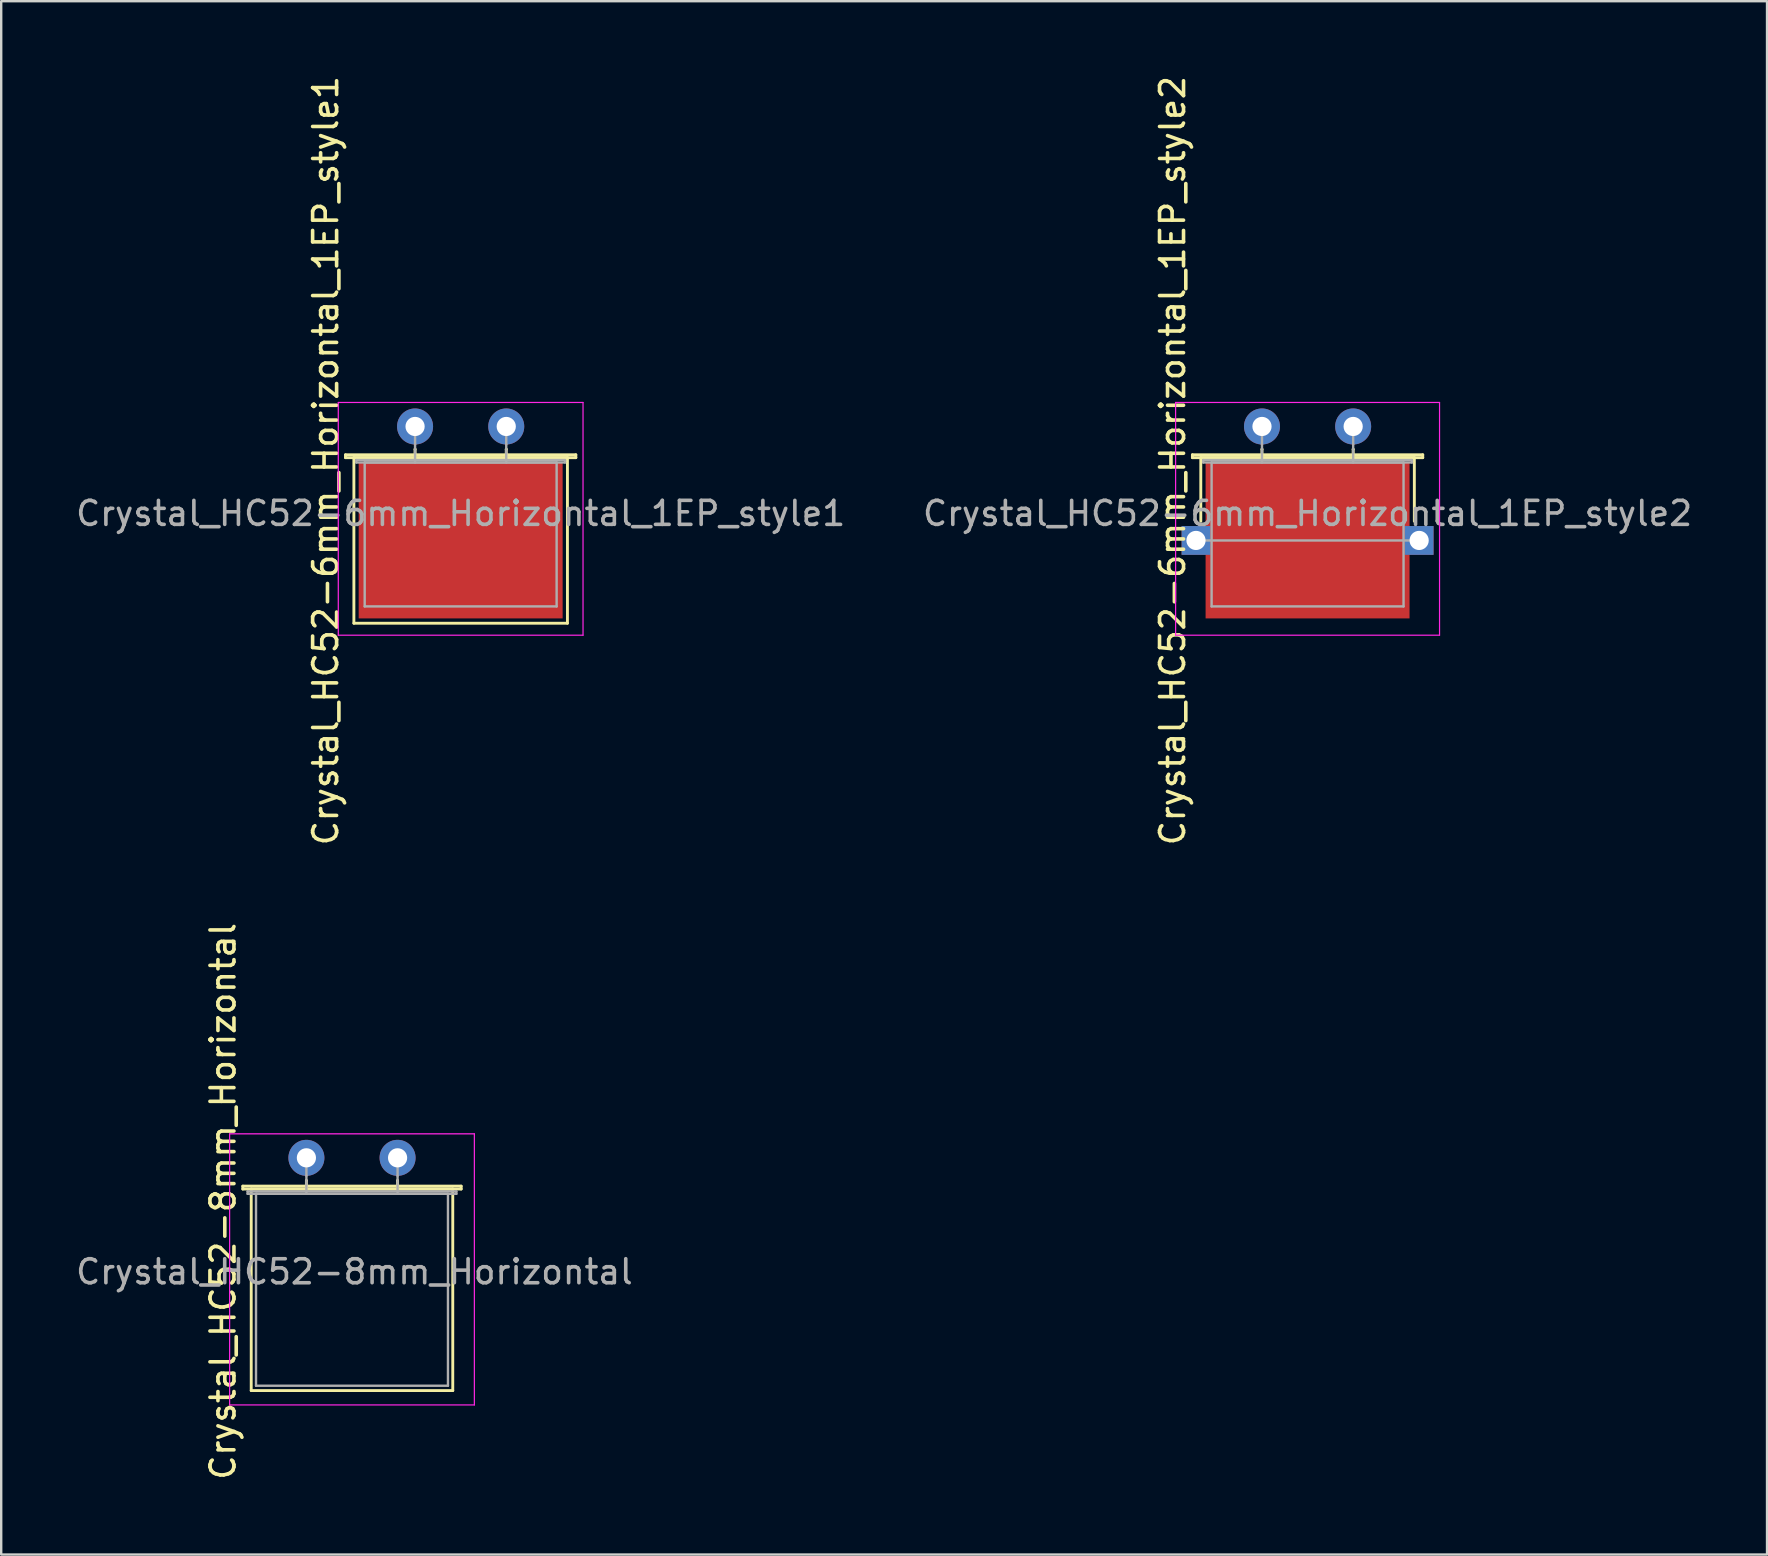
<source format=kicad_pcb>
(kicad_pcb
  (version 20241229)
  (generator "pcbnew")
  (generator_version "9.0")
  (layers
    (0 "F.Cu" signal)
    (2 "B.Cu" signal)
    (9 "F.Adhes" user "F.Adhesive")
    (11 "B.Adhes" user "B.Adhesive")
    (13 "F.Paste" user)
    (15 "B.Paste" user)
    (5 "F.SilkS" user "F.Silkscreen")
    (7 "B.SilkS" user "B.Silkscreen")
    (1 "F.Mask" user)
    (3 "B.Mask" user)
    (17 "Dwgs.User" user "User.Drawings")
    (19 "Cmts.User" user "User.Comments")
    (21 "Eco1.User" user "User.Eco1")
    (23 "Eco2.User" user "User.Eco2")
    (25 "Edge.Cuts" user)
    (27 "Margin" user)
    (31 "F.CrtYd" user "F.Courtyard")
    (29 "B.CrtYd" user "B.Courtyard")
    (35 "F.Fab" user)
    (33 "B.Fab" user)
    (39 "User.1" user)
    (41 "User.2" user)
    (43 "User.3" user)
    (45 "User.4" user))
  (footprint "Crystal_HC52-6mm_Horizontal_1EP_style1"
    (layer "F.Cu")
    (at 14.249 14.724)
    (property "Reference" "Crystal_HC52-6mm_Horizontal_1EP_style1" (at -3.725 1.425 90) (layer "F.SilkS") (effects (font (size 1 1) (thickness 0.15))))
    (attr through_hole)
    (fp_line (start -2.9 1.18) (end 6.7 1.18) (stroke (width 0.12) (type solid)) (layer "F.SilkS"))
    (fp_line (start -2.9 1.3) (end -2.9 1.18) (stroke (width 0.12) (type solid)) (layer "F.SilkS"))
    (fp_line (start -2.55 1.3) (end -2.55 8.2) (stroke (width 0.12) (type solid)) (layer "F.SilkS"))
    (fp_line (start -2.55 8.2) (end 6.35 8.2) (stroke (width 0.12) (type solid)) (layer "F.SilkS"))
    (fp_line (start 0 0.95) (end 0 0.95) (stroke (width 0.12) (type solid)) (layer "F.SilkS"))
    (fp_line (start 0 1.3) (end 0 0.95) (stroke (width 0.12) (type solid)) (layer "F.SilkS"))
    (fp_line (start 3.8 0.95) (end 3.8 0.95) (stroke (width 0.12) (type solid)) (layer "F.SilkS"))
    (fp_line (start 3.8 1.3) (end 3.8 0.95) (stroke (width 0.12) (type solid)) (layer "F.SilkS"))
    (fp_line (start 6.35 1.3) (end -2.55 1.3) (stroke (width 0.12) (type solid)) (layer "F.SilkS"))
    (fp_line (start 6.35 8.2) (end 6.35 1.3) (stroke (width 0.12) (type solid)) (layer "F.SilkS"))
    (fp_line (start 6.7 1.18) (end 6.7 1.3) (stroke (width 0.12) (type solid)) (layer "F.SilkS"))
    (fp_line (start 6.7 1.3) (end -2.9 1.3) (stroke (width 0.12) (type solid)) (layer "F.SilkS"))
    (fp_line (start -3.2 -1) (end -3.2 8.7) (stroke (width 0.05) (type solid)) (layer "F.CrtYd"))
    (fp_line (start -3.2 8.7) (end 7 8.7) (stroke (width 0.05) (type solid)) (layer "F.CrtYd"))
    (fp_line (start 7 -1) (end -3.2 -1) (stroke (width 0.05) (type solid)) (layer "F.CrtYd"))
    (fp_line (start 7 8.7) (end 7 -1) (stroke (width 0.05) (type solid)) (layer "F.CrtYd"))
    (fp_line (start -2.45 1.4) (end 6.25 1.4) (stroke (width 0.1) (type solid)) (layer "F.Fab"))
    (fp_line (start -2.45 1.5) (end -2.45 1.4) (stroke (width 0.1) (type solid)) (layer "F.Fab"))
    (fp_line (start -2.1 1.5) (end -2.1 7.5) (stroke (width 0.1) (type solid)) (layer "F.Fab"))
    (fp_line (start -2.1 7.5) (end 5.9 7.5) (stroke (width 0.1) (type solid)) (layer "F.Fab"))
    (fp_line (start 0 0.75) (end 0 0) (stroke (width 0.1) (type solid)) (layer "F.Fab"))
    (fp_line (start 0 1.5) (end 0 0.75) (stroke (width 0.1) (type solid)) (layer "F.Fab"))
    (fp_line (start 3.8 0.75) (end 3.8 0) (stroke (width 0.1) (type solid)) (layer "F.Fab"))
    (fp_line (start 3.8 1.5) (end 3.8 0.75) (stroke (width 0.1) (type solid)) (layer "F.Fab"))
    (fp_line (start 5.9 1.5) (end -2.1 1.5) (stroke (width 0.1) (type solid)) (layer "F.Fab"))
    (fp_line (start 5.9 7.5) (end 5.9 1.5) (stroke (width 0.1) (type solid)) (layer "F.Fab"))
    (fp_line (start 6.25 1.4) (end 6.25 1.5) (stroke (width 0.1) (type solid)) (layer "F.Fab"))
    (fp_line (start 6.25 1.5) (end -2.45 1.5) (stroke (width 0.1) (type solid)) (layer "F.Fab"))
    (fp_text user "${REFERENCE}" (at 1.9 3.625 0) (layer "F.Fab") (effects (font (size 1 1) (thickness 0.15))))
    (pad "1" thru_hole circle (at 0 0) (size 1.5 1.5) (drill 0.8) (layers "*.Cu" "*.Mask"))
    (pad "2" thru_hole circle (at 3.8 0) (size 1.5 1.5) (drill 0.8) (layers "*.Cu" "*.Mask"))
    (pad "3" smd rect (at 1.9 4.75) (size 8.5 6.5) (layers "F.Cu" "F.Mask" "F.Paste")))
  (footprint "Crystal_HC52-6mm_Horizontal_1EP_style2"
    (layer "F.Cu")
    (at 49.546 14.724)
    (property "Reference" "Crystal_HC52-6mm_Horizontal_1EP_style2" (at -3.725 1.425 90) (layer "F.SilkS") (effects (font (size 1 1) (thickness 0.15))))
    (attr through_hole)
    (fp_line (start -2.9 1.18) (end 6.7 1.18) (stroke (width 0.12) (type solid)) (layer "F.SilkS"))
    (fp_line (start -2.9 1.3) (end -2.9 1.18) (stroke (width 0.12) (type solid)) (layer "F.SilkS"))
    (fp_line (start -2.55 1.3) (end 6.35 1.3) (stroke (width 0.12) (type solid)) (layer "F.SilkS"))
    (fp_line (start -2.55 3.95) (end -2.55 1.3) (stroke (width 0.12) (type solid)) (layer "F.SilkS"))
    (fp_line (start 0 0.95) (end 0 0.95) (stroke (width 0.12) (type solid)) (layer "F.SilkS"))
    (fp_line (start 0 1.3) (end 0 0.95) (stroke (width 0.12) (type solid)) (layer "F.SilkS"))
    (fp_line (start 3.8 0.95) (end 3.8 0.95) (stroke (width 0.12) (type solid)) (layer "F.SilkS"))
    (fp_line (start 3.8 1.3) (end 3.8 0.95) (stroke (width 0.12) (type solid)) (layer "F.SilkS"))
    (fp_line (start 6.35 1.3) (end 6.35 3.95) (stroke (width 0.12) (type solid)) (layer "F.SilkS"))
    (fp_line (start 6.7 1.18) (end 6.7 1.3) (stroke (width 0.12) (type solid)) (layer "F.SilkS"))
    (fp_line (start 6.7 1.3) (end -2.9 1.3) (stroke (width 0.12) (type solid)) (layer "F.SilkS"))
    (fp_line (start -3.6 -1) (end -3.6 8.7) (stroke (width 0.05) (type solid)) (layer "F.CrtYd"))
    (fp_line (start -3.6 8.7) (end 7.4 8.7) (stroke (width 0.05) (type solid)) (layer "F.CrtYd"))
    (fp_line (start 7.4 -1) (end -3.6 -1) (stroke (width 0.05) (type solid)) (layer "F.CrtYd"))
    (fp_line (start 7.4 8.7) (end 7.4 -1) (stroke (width 0.05) (type solid)) (layer "F.CrtYd"))
    (fp_line (start -2.75 4.75) (end 6.55 4.75) (stroke (width 0.1) (type solid)) (layer "F.Fab"))
    (fp_line (start -2.45 1.4) (end 6.25 1.4) (stroke (width 0.1) (type solid)) (layer "F.Fab"))
    (fp_line (start -2.45 1.5) (end -2.45 1.4) (stroke (width 0.1) (type solid)) (layer "F.Fab"))
    (fp_line (start -2.1 1.5) (end -2.1 7.5) (stroke (width 0.1) (type solid)) (layer "F.Fab"))
    (fp_line (start -2.1 7.5) (end 5.9 7.5) (stroke (width 0.1) (type solid)) (layer "F.Fab"))
    (fp_line (start 0 0.75) (end 0 0) (stroke (width 0.1) (type solid)) (layer "F.Fab"))
    (fp_line (start 0 1.5) (end 0 0.75) (stroke (width 0.1) (type solid)) (layer "F.Fab"))
    (fp_line (start 3.8 0.75) (end 3.8 0) (stroke (width 0.1) (type solid)) (layer "F.Fab"))
    (fp_line (start 3.8 1.5) (end 3.8 0.75) (stroke (width 0.1) (type solid)) (layer "F.Fab"))
    (fp_line (start 5.9 1.5) (end -2.1 1.5) (stroke (width 0.1) (type solid)) (layer "F.Fab"))
    (fp_line (start 5.9 7.5) (end 5.9 1.5) (stroke (width 0.1) (type solid)) (layer "F.Fab"))
    (fp_line (start 6.25 1.4) (end 6.25 1.5) (stroke (width 0.1) (type solid)) (layer "F.Fab"))
    (fp_line (start 6.25 1.5) (end -2.45 1.5) (stroke (width 0.1) (type solid)) (layer "F.Fab"))
    (fp_text user "${REFERENCE}" (at 1.9 3.625 0) (layer "F.Fab") (effects (font (size 1 1) (thickness 0.15))))
    (pad "1" thru_hole circle (at 0 0) (size 1.5 1.5) (drill 0.8) (layers "*.Cu" "*.Mask"))
    (pad "2" thru_hole circle (at 3.8 0) (size 1.5 1.5) (drill 0.8) (layers "*.Cu" "*.Mask"))
    (pad "3" thru_hole rect (at -2.75 4.75) (size 1.2 1.2) (drill 0.8) (layers "*.Cu" "*.Mask"))
    (pad "3" smd rect (at 1.9 4.75) (size 8.5 6.5) (layers "F.Cu" "F.Mask" "F.Paste"))
    (pad "3" thru_hole rect (at 6.55 4.75) (size 1.2 1.2) (drill 0.8) (layers "*.Cu" "*.Mask")))
  (footprint "Crystal_HC52-8mm_Horizontal"
    (layer "F.Cu")
    (at 9.72 45.205)
    (property "Reference" "Crystal_HC52-8mm_Horizontal" (at -3.475 1.812 90) (layer "F.SilkS") (effects (font (size 1 1) (thickness 0.15))))
    (attr through_hole)
    (fp_line (start -2.65 1.18) (end 6.45 1.18) (stroke (width 0.12) (type solid)) (layer "F.SilkS"))
    (fp_line (start -2.65 1.3) (end -2.65 1.18) (stroke (width 0.12) (type solid)) (layer "F.SilkS"))
    (fp_line (start -2.3 1.3) (end -2.3 9.7) (stroke (width 0.12) (type solid)) (layer "F.SilkS"))
    (fp_line (start -2.3 9.7) (end 6.1 9.7) (stroke (width 0.12) (type solid)) (layer "F.SilkS"))
    (fp_line (start 0 0.95) (end 0 0.95) (stroke (width 0.12) (type solid)) (layer "F.SilkS"))
    (fp_line (start 0 1.3) (end 0 0.95) (stroke (width 0.12) (type solid)) (layer "F.SilkS"))
    (fp_line (start 3.8 0.95) (end 3.8 0.95) (stroke (width 0.12) (type solid)) (layer "F.SilkS"))
    (fp_line (start 3.8 1.3) (end 3.8 0.95) (stroke (width 0.12) (type solid)) (layer "F.SilkS"))
    (fp_line (start 6.1 1.3) (end -2.3 1.3) (stroke (width 0.12) (type solid)) (layer "F.SilkS"))
    (fp_line (start 6.1 9.7) (end 6.1 1.3) (stroke (width 0.12) (type solid)) (layer "F.SilkS"))
    (fp_line (start 6.45 1.18) (end 6.45 1.3) (stroke (width 0.12) (type solid)) (layer "F.SilkS"))
    (fp_line (start 6.45 1.3) (end -2.65 1.3) (stroke (width 0.12) (type solid)) (layer "F.SilkS"))
    (fp_line (start -3.2 -1) (end -3.2 10.3) (stroke (width 0.05) (type solid)) (layer "F.CrtYd"))
    (fp_line (start -3.2 10.3) (end 7 10.3) (stroke (width 0.05) (type solid)) (layer "F.CrtYd"))
    (fp_line (start 7 -1) (end -3.2 -1) (stroke (width 0.05) (type solid)) (layer "F.CrtYd"))
    (fp_line (start 7 10.3) (end 7 -1) (stroke (width 0.05) (type solid)) (layer "F.CrtYd"))
    (fp_line (start -2.45 1.4) (end 6.25 1.4) (stroke (width 0.1) (type solid)) (layer "F.Fab"))
    (fp_line (start -2.45 1.5) (end -2.45 1.4) (stroke (width 0.1) (type solid)) (layer "F.Fab"))
    (fp_line (start -2.1 1.5) (end -2.1 9.5) (stroke (width 0.1) (type solid)) (layer "F.Fab"))
    (fp_line (start -2.1 9.5) (end 5.9 9.5) (stroke (width 0.1) (type solid)) (layer "F.Fab"))
    (fp_line (start 0 0.75) (end 0 0) (stroke (width 0.1) (type solid)) (layer "F.Fab"))
    (fp_line (start 0 1.5) (end 0 0.75) (stroke (width 0.1) (type solid)) (layer "F.Fab"))
    (fp_line (start 3.8 0.75) (end 3.8 0) (stroke (width 0.1) (type solid)) (layer "F.Fab"))
    (fp_line (start 3.8 1.5) (end 3.8 0.75) (stroke (width 0.1) (type solid)) (layer "F.Fab"))
    (fp_line (start 5.9 1.5) (end -2.1 1.5) (stroke (width 0.1) (type solid)) (layer "F.Fab"))
    (fp_line (start 5.9 9.5) (end 5.9 1.5) (stroke (width 0.1) (type solid)) (layer "F.Fab"))
    (fp_line (start 6.25 1.4) (end 6.25 1.5) (stroke (width 0.1) (type solid)) (layer "F.Fab"))
    (fp_line (start 6.25 1.5) (end -2.45 1.5) (stroke (width 0.1) (type solid)) (layer "F.Fab"))
    (fp_text user "${REFERENCE}" (at 2 4.75 0) (layer "F.Fab") (effects (font (size 1 1) (thickness 0.15))))
    (pad "1" thru_hole circle (at 0 0) (size 1.5 1.5) (drill 0.8) (layers "*.Cu" "*.Mask"))
    (pad "2" thru_hole circle (at 3.8 0) (size 1.5 1.5) (drill 0.8) (layers "*.Cu" "*.Mask")))
  (gr_rect
    (start -3 -3)
    (end 70.595 61.738)
    (stroke (width 0.1) (type default))
    (fill no)
    (layer "Edge.Cuts")))
</source>
